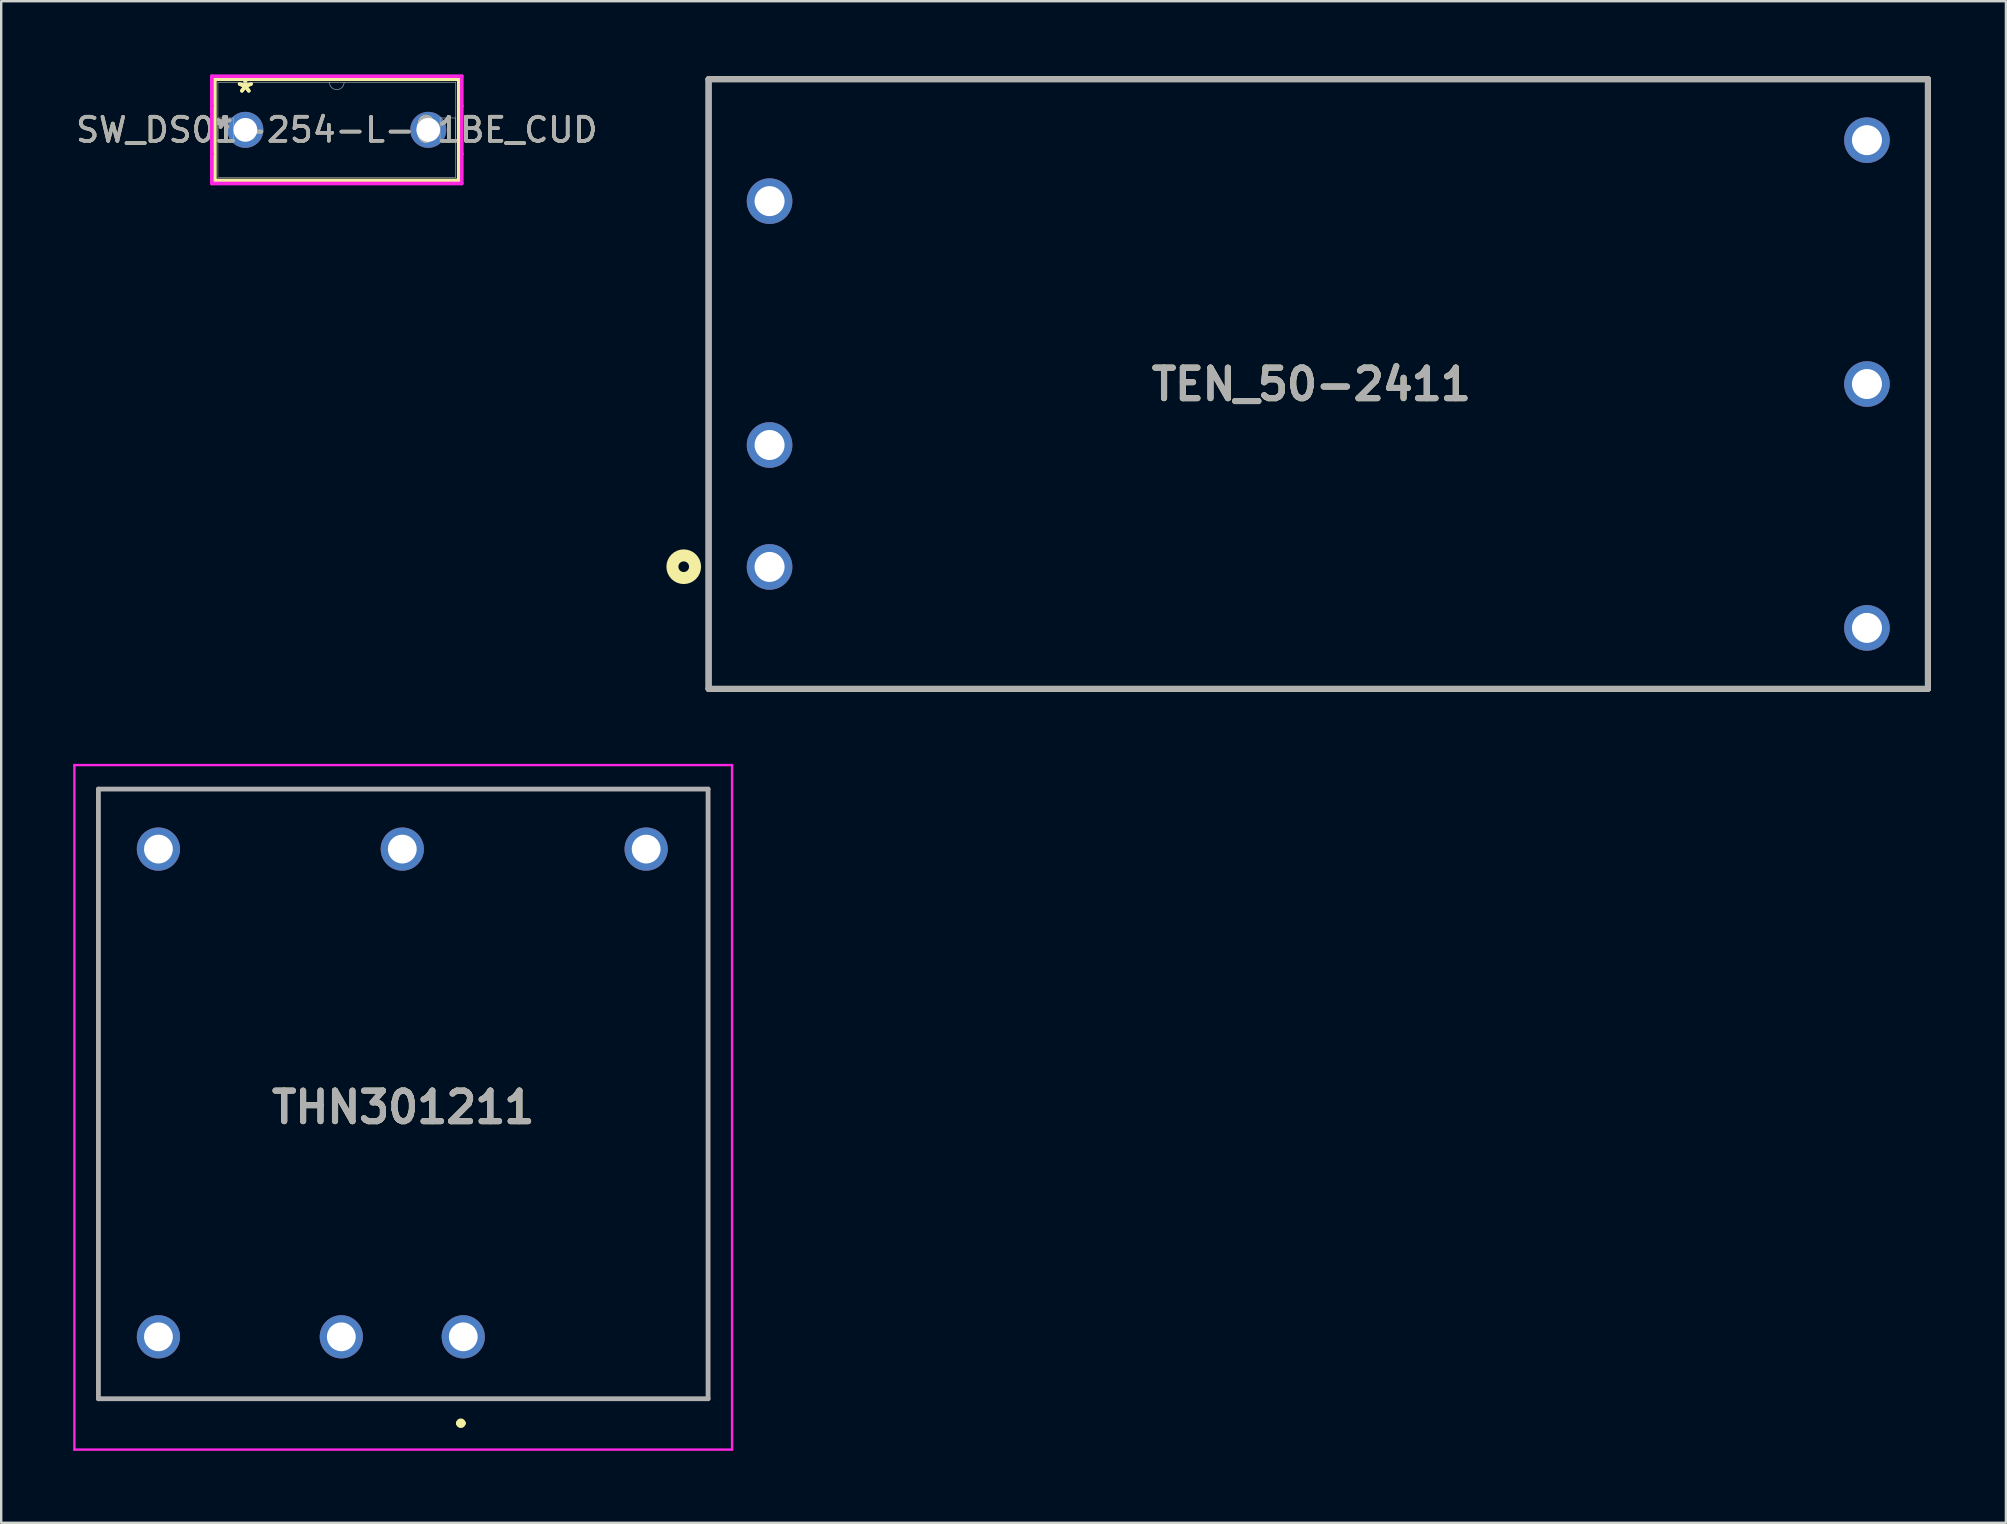
<source format=kicad_pcb>
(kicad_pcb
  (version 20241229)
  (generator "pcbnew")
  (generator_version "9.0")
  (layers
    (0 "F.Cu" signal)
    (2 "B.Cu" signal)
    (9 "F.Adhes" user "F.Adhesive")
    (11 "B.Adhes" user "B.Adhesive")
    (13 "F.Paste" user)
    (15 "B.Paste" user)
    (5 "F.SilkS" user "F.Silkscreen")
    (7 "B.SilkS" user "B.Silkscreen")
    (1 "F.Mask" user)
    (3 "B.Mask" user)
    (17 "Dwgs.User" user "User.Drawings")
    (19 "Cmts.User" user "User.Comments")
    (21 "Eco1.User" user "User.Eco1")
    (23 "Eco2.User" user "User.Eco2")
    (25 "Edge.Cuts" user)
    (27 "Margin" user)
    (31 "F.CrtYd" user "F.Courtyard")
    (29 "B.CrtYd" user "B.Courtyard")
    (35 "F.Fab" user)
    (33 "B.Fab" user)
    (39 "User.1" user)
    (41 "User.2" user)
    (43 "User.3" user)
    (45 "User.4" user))
  (footprint "SW_DS01-254-L-01BE_CUD"
    (layer "F.Cu")
    (at 7.172 2.36)
    (property "Reference" "SW_DS01-254-L-01BE_CUD" (at 3.81 0 0) (unlocked yes) (layer "F.SilkS") (effects (font (size 1 1) (thickness 0.15))))
    (attr through_hole)
    (fp_line (start -1.27 -2.108) (end -1.27 2.108) (stroke (width 0.152) (type solid)) (layer "F.SilkS"))
    (fp_line (start -1.27 2.108) (end 8.89 2.108) (stroke (width 0.152) (type solid)) (layer "F.SilkS"))
    (fp_line (start 8.89 -2.108) (end -1.27 -2.108) (stroke (width 0.152) (type solid)) (layer "F.SilkS"))
    (fp_line (start 8.89 2.108) (end 8.89 -2.108) (stroke (width 0.152) (type solid)) (layer "F.SilkS"))
    (fp_line (start -1.397 -2.235) (end 9.017 -2.235) (stroke (width 0.152) (type solid)) (layer "F.CrtYd"))
    (fp_line (start -1.397 -1.003) (end -1.397 -2.235) (stroke (width 0.152) (type solid)) (layer "F.CrtYd"))
    (fp_line (start -1.397 -1.003) (end -1.397 -1.003) (stroke (width 0.152) (type solid)) (layer "F.CrtYd"))
    (fp_line (start -1.397 1.003) (end -1.397 -1.003) (stroke (width 0.152) (type solid)) (layer "F.CrtYd"))
    (fp_line (start -1.397 1.003) (end -1.397 1.003) (stroke (width 0.152) (type solid)) (layer "F.CrtYd"))
    (fp_line (start -1.397 2.235) (end -1.397 1.003) (stroke (width 0.152) (type solid)) (layer "F.CrtYd"))
    (fp_line (start 9.017 -2.235) (end 9.017 -1.003) (stroke (width 0.152) (type solid)) (layer "F.CrtYd"))
    (fp_line (start 9.017 -1.003) (end 9.017 -1.003) (stroke (width 0.152) (type solid)) (layer "F.CrtYd"))
    (fp_line (start 9.017 -1.003) (end 9.017 1.003) (stroke (width 0.152) (type solid)) (layer "F.CrtYd"))
    (fp_line (start 9.017 1.003) (end 9.017 1.003) (stroke (width 0.152) (type solid)) (layer "F.CrtYd"))
    (fp_line (start 9.017 1.003) (end 9.017 2.235) (stroke (width 0.152) (type solid)) (layer "F.CrtYd"))
    (fp_line (start 9.017 2.235) (end -1.397 2.235) (stroke (width 0.152) (type solid)) (layer "F.CrtYd"))
    (fp_line (start -1.143 -1.981) (end -1.143 1.981) (stroke (width 0.025) (type solid)) (layer "F.Fab"))
    (fp_line (start -1.143 -0.495) (end -0.495 -0.495) (stroke (width 0.025) (type solid)) (layer "F.Fab"))
    (fp_line (start -1.143 0.495) (end -1.143 -0.495) (stroke (width 0.025) (type solid)) (layer "F.Fab"))
    (fp_line (start -1.143 1.981) (end 8.763 1.981) (stroke (width 0.025) (type solid)) (layer "F.Fab"))
    (fp_line (start -0.495 -0.495) (end -0.495 0.495) (stroke (width 0.025) (type solid)) (layer "F.Fab"))
    (fp_line (start -0.495 0.495) (end -1.143 0.495) (stroke (width 0.025) (type solid)) (layer "F.Fab"))
    (fp_line (start 8.115 -0.495) (end 8.763 -0.495) (stroke (width 0.025) (type solid)) (layer "F.Fab"))
    (fp_line (start 8.115 0.495) (end 8.115 -0.495) (stroke (width 0.025) (type solid)) (layer "F.Fab"))
    (fp_line (start 8.763 -1.981) (end -1.143 -1.981) (stroke (width 0.025) (type solid)) (layer "F.Fab"))
    (fp_line (start 8.763 -0.495) (end 8.763 0.495) (stroke (width 0.025) (type solid)) (layer "F.Fab"))
    (fp_line (start 8.763 0.495) (end 8.115 0.495) (stroke (width 0.025) (type solid)) (layer "F.Fab"))
    (fp_line (start 8.763 1.981) (end 8.763 -1.981) (stroke (width 0.025) (type solid)) (layer "F.Fab"))
    (fp_arc (start 4.1148 -1.9812) (mid 3.81 -1.6764) (end 3.5052 -1.9812) (stroke (width 0.0254) (type solid)) (layer "F.Fab"))
    (fp_text user "*" (at 0 -1.511 0) (layer "F.SilkS") (effects (font (size 1 1) (thickness 0.15))))
    (fp_text user "*" (at 0 -1.511 0) (unlocked yes) (layer "F.SilkS") (effects (font (size 1 1) (thickness 0.15))))
    (fp_text user "*" (at -0.889 0 0) (unlocked yes) (layer "F.Fab") (effects (font (size 1 1) (thickness 0.15))))
    (fp_text user "${REFERENCE}" (at 3.81 0 0) (unlocked yes) (layer "F.Fab") (effects (font (size 1 1) (thickness 0.15))))
    (fp_text user "*" (at -0.889 0 0) (layer "F.Fab") (effects (font (size 1 1) (thickness 0.15))))
    (pad "1" thru_hole circle (at 0 0) (size 1.499 1.499) (drill 0.991) (layers "*.Cu" "*.Mask"))
    (pad "2" thru_hole circle (at 7.62 0) (size 1.499 1.499) (drill 0.991) (layers "*.Cu" "*.Mask")))
  (footprint "TEN_50-2411"
    (layer "F.Cu")
    (at 77.272 0.25)
    (property "Reference" "TEN_50-2411" (at -25.687 12.713 0) (layer "F.SilkS") (effects (font (size 1.27 1.27) (thickness 0.254))))
    (attr through_hole)
    (fp_line (start -50.8 0) (end 0 0) (stroke (width 0.25) (type solid)) (layer "F.SilkS"))
    (fp_line (start -50.8 25.4) (end -50.8 0) (stroke (width 0.25) (type solid)) (layer "F.SilkS"))
    (fp_line (start 0 0) (end 0 25.4) (stroke (width 0.25) (type solid)) (layer "F.SilkS"))
    (fp_line (start 0 25.4) (end -50.8 25.4) (stroke (width 0.25) (type solid)) (layer "F.SilkS"))
    (fp_circle (center -51.836 20.311) (end -51.836 20.533) (stroke (width 0.5) (type solid)) (fill no) (layer "F.SilkS"))
    (fp_line (start -50.8 0) (end 0 0) (stroke (width 0.25) (type solid)) (layer "F.Fab"))
    (fp_line (start -50.8 25.4) (end -50.8 0) (stroke (width 0.25) (type solid)) (layer "F.Fab"))
    (fp_line (start 0 0) (end 0 25.4) (stroke (width 0.25) (type solid)) (layer "F.Fab"))
    (fp_line (start 0 25.4) (end -50.8 25.4) (stroke (width 0.25) (type solid)) (layer "F.Fab"))
    (fp_text user "${REFERENCE}" (at -25.687 12.713 0) (layer "F.Fab") (effects (font (size 1.27 1.27) (thickness 0.254))))
    (pad "1" thru_hole circle (at -48.26 20.32) (size 1.9 1.9) (drill 1.25) (layers "*.Cu" "*.Mask"))
    (pad "2" thru_hole circle (at -48.26 15.24) (size 1.9 1.9) (drill 1.25) (layers "*.Cu" "*.Mask"))
    (pad "3" thru_hole circle (at -48.26 5.08) (size 1.9 1.9) (drill 1.25) (layers "*.Cu" "*.Mask"))
    (pad "4" thru_hole circle (at -2.54 22.86) (size 1.9 1.9) (drill 1.25) (layers "*.Cu" "*.Mask"))
    (pad "5" thru_hole circle (at -2.54 12.7) (size 1.9 1.9) (drill 1.25) (layers "*.Cu" "*.Mask"))
    (pad "6" thru_hole circle (at -2.54 2.54) (size 1.9 1.9) (drill 1.25) (layers "*.Cu" "*.Mask")))
  (footprint "THN301211"
    (layer "F.Cu")
    (at 16.25 52.645)
    (property "Reference" "THN301211" (at -2.5 -9.56 0) (layer "F.SilkS") (effects (font (size 1.27 1.27) (thickness 0.254))))
    (attr through_hole)
    (fp_line (start -15.2 -22.82) (end -15.2 2.58) (stroke (width 0.1) (type solid)) (layer "F.SilkS"))
    (fp_line (start -15.2 2.58) (end 10.2 2.58) (stroke (width 0.1) (type solid)) (layer "F.SilkS"))
    (fp_line (start -0.2 3.6) (end -0.2 3.6) (stroke (width 0.2) (type solid)) (layer "F.SilkS"))
    (fp_line (start 0 3.6) (end 0 3.6) (stroke (width 0.2) (type solid)) (layer "F.SilkS"))
    (fp_line (start 10.2 -22.82) (end -15.2 -22.82) (stroke (width 0.1) (type solid)) (layer "F.SilkS"))
    (fp_line (start 10.2 2.58) (end 10.2 -22.82) (stroke (width 0.1) (type solid)) (layer "F.SilkS"))
    (fp_arc (start -0.2 3.6) (mid -0.1 3.5) (end 0 3.6) (stroke (width 0.2) (type solid)) (layer "F.SilkS"))
    (fp_arc (start 0 3.6) (mid -0.1 3.7) (end -0.2 3.6) (stroke (width 0.2) (type solid)) (layer "F.SilkS"))
    (fp_line (start -16.2 -23.82) (end -16.2 4.7) (stroke (width 0.1) (type solid)) (layer "F.CrtYd"))
    (fp_line (start -16.2 4.7) (end 11.2 4.7) (stroke (width 0.1) (type solid)) (layer "F.CrtYd"))
    (fp_line (start 11.2 -23.82) (end -16.2 -23.82) (stroke (width 0.1) (type solid)) (layer "F.CrtYd"))
    (fp_line (start 11.2 4.7) (end 11.2 -23.82) (stroke (width 0.1) (type solid)) (layer "F.CrtYd"))
    (fp_line (start -15.2 -22.82) (end -15.2 2.58) (stroke (width 0.2) (type solid)) (layer "F.Fab"))
    (fp_line (start -15.2 2.58) (end 10.2 2.58) (stroke (width 0.2) (type solid)) (layer "F.Fab"))
    (fp_line (start 10.2 -22.82) (end -15.2 -22.82) (stroke (width 0.2) (type solid)) (layer "F.Fab"))
    (fp_line (start 10.2 2.58) (end 10.2 -22.82) (stroke (width 0.2) (type solid)) (layer "F.Fab"))
    (fp_text user "${REFERENCE}" (at -2.5 -9.56 0) (layer "F.Fab") (effects (font (size 1.27 1.27) (thickness 0.254))))
    (pad "1" thru_hole circle (at 0 0) (size 1.8 1.8) (drill 1.2) (layers "*.Cu" "*.Mask"))
    (pad "2" thru_hole circle (at -5.08 0) (size 1.8 1.8) (drill 1.2) (layers "*.Cu" "*.Mask"))
    (pad "3" thru_hole circle (at 7.62 -20.32) (size 1.8 1.8) (drill 1.2) (layers "*.Cu" "*.Mask"))
    (pad "4" thru_hole circle (at -2.54 -20.32) (size 1.8 1.8) (drill 1.2) (layers "*.Cu" "*.Mask"))
    (pad "5" thru_hole circle (at -12.7 -20.32) (size 1.8 1.8) (drill 1.2) (layers "*.Cu" "*.Mask"))
    (pad "6" thru_hole circle (at -12.7 0) (size 1.8 1.8) (drill 1.2) (layers "*.Cu" "*.Mask")))
  (gr_rect
    (start -3 -3)
    (end 80.522 60.395)
    (stroke (width 0.1) (type default))
    (fill no)
    (layer "Edge.Cuts")))
</source>
